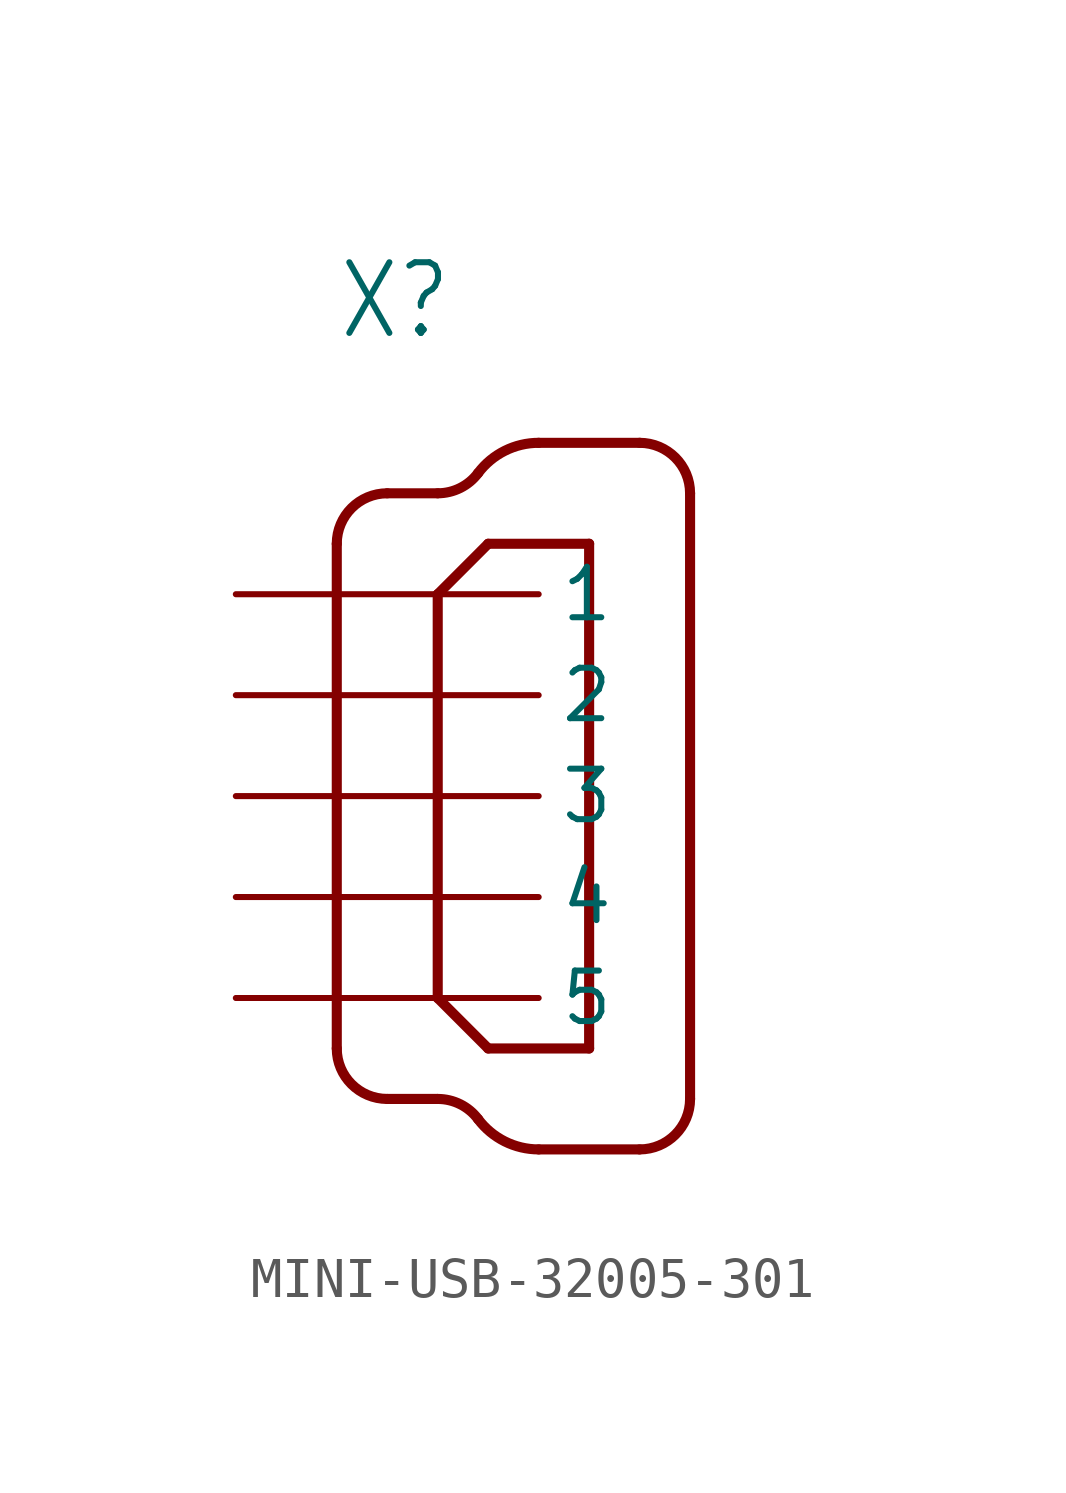
<source format=kicad_sym>
(kicad_symbol_lib
  (version 20220914)
  (generator kicad_symbol_editor)
  (symbol "MINI-USB-32005-301"
    (property "Reference" "X"
      (at -2.54 11.43 0)
      (effects (font (size 1.778 1.511)) (justify left bottom)))
    (property "Value" ""
      (at 10.16 -7.62 90)
      (effects (font (size 1.778 1.511)) (justify left bottom)))
    (property "ki_locked" ""
      (at 0 0 0)
      (effects (font (size 1.27 1.27))))
    (symbol "MINI-USB-32005-301_1_0"
      (arc (start -2.54 -6.35) (mid -2.168 -7.248) (end -1.27 -7.62) (stroke (width 0.254) (type solid)) (fill (type none)))
      (arc (start -1.27 7.62) (mid -2.168 7.248) (end -2.54 6.35) (stroke (width 0.254) (type solid)) (fill (type none)))
      (polyline (pts (xy -2.54 6.35) (xy -2.54 -6.35)) (stroke (width 0.254) (type solid)) (fill (type none)))
      (polyline (pts (xy -1.27 -7.62) (xy 0 -7.62)) (stroke (width 0.254) (type solid)) (fill (type none)))
      (polyline (pts (xy -1.27 7.62) (xy 0 7.62)) (stroke (width 0.254) (type solid)) (fill (type none)))
      (polyline (pts (xy 0 -5.08) (xy 1.27 -6.35)) (stroke (width 0.254) (type solid)) (fill (type none)))
      (polyline (pts (xy 0 5.08) (xy 0 -5.08)) (stroke (width 0.254) (type solid)) (fill (type none)))
      (polyline (pts (xy 1.27 -6.35) (xy 3.81 -6.35)) (stroke (width 0.254) (type solid)) (fill (type none)))
      (polyline (pts (xy 1.27 6.35) (xy 0 5.08)) (stroke (width 0.254) (type solid)) (fill (type none)))
      (polyline (pts (xy 2.54 -8.89) (xy 5.08 -8.89)) (stroke (width 0.254) (type solid)) (fill (type none)))
      (polyline (pts (xy 2.54 8.89) (xy 5.08 8.89)) (stroke (width 0.254) (type solid)) (fill (type none)))
      (polyline (pts (xy 3.81 -6.35) (xy 3.81 6.35)) (stroke (width 0.254) (type solid)) (fill (type none)))
      (polyline (pts (xy 3.81 6.35) (xy 1.27 6.35)) (stroke (width 0.254) (type solid)) (fill (type none)))
      (polyline (pts (xy 6.35 -7.62) (xy 6.35 7.62)) (stroke (width 0.254) (type solid)) (fill (type none)))
      (arc (start 0 7.62) (mid 0.568 7.7541) (end 1.016 8.128) (stroke (width 0.254) (type solid)) (fill (type none)))
      (arc (start 1.016 -8.128) (mid 0.568 -7.7541) (end 0 -7.62) (stroke (width 0.254) (type solid)) (fill (type none)))
      (arc (start 1.016 -8.128) (mid 1.6881 -8.6889) (end 2.5401 -8.89) (stroke (width 0.254) (type solid)) (fill (type none)))
      (arc (start 2.5401 8.89) (mid 1.6881 8.6889) (end 1.016 8.128) (stroke (width 0.254) (type solid)) (fill (type none)))
      (arc (start 5.08 -8.89) (mid 5.978 -8.518) (end 6.35 -7.62) (stroke (width 0.254) (type solid)) (fill (type none)))
      (arc (start 6.35 7.62) (mid 5.978 8.518) (end 5.08 8.89) (stroke (width 0.254) (type solid)) (fill (type none)))
      (pin passive line (at -5.08 5.08 0) (length 7.62) (name "1" (effects (font (size 1.27 1.27)))) (number "1" (effects (font (size 0 0)))))
      (pin passive line (at -5.08 2.54 0) (length 7.62) (name "2" (effects (font (size 1.27 1.27)))) (number "2" (effects (font (size 0 0)))))
      (pin passive line (at -5.08 0 0) (length 7.62) (name "3" (effects (font (size 1.27 1.27)))) (number "3" (effects (font (size 0 0)))))
      (pin passive line (at -5.08 -2.54 0) (length 7.62) (name "4" (effects (font (size 1.27 1.27)))) (number "4" (effects (font (size 0 0)))))
      (pin passive line (at -5.08 -5.08 0) (length 7.62) (name "5" (effects (font (size 1.27 1.27)))) (number "5" (effects (font (size 0 0))))))))
</source>
